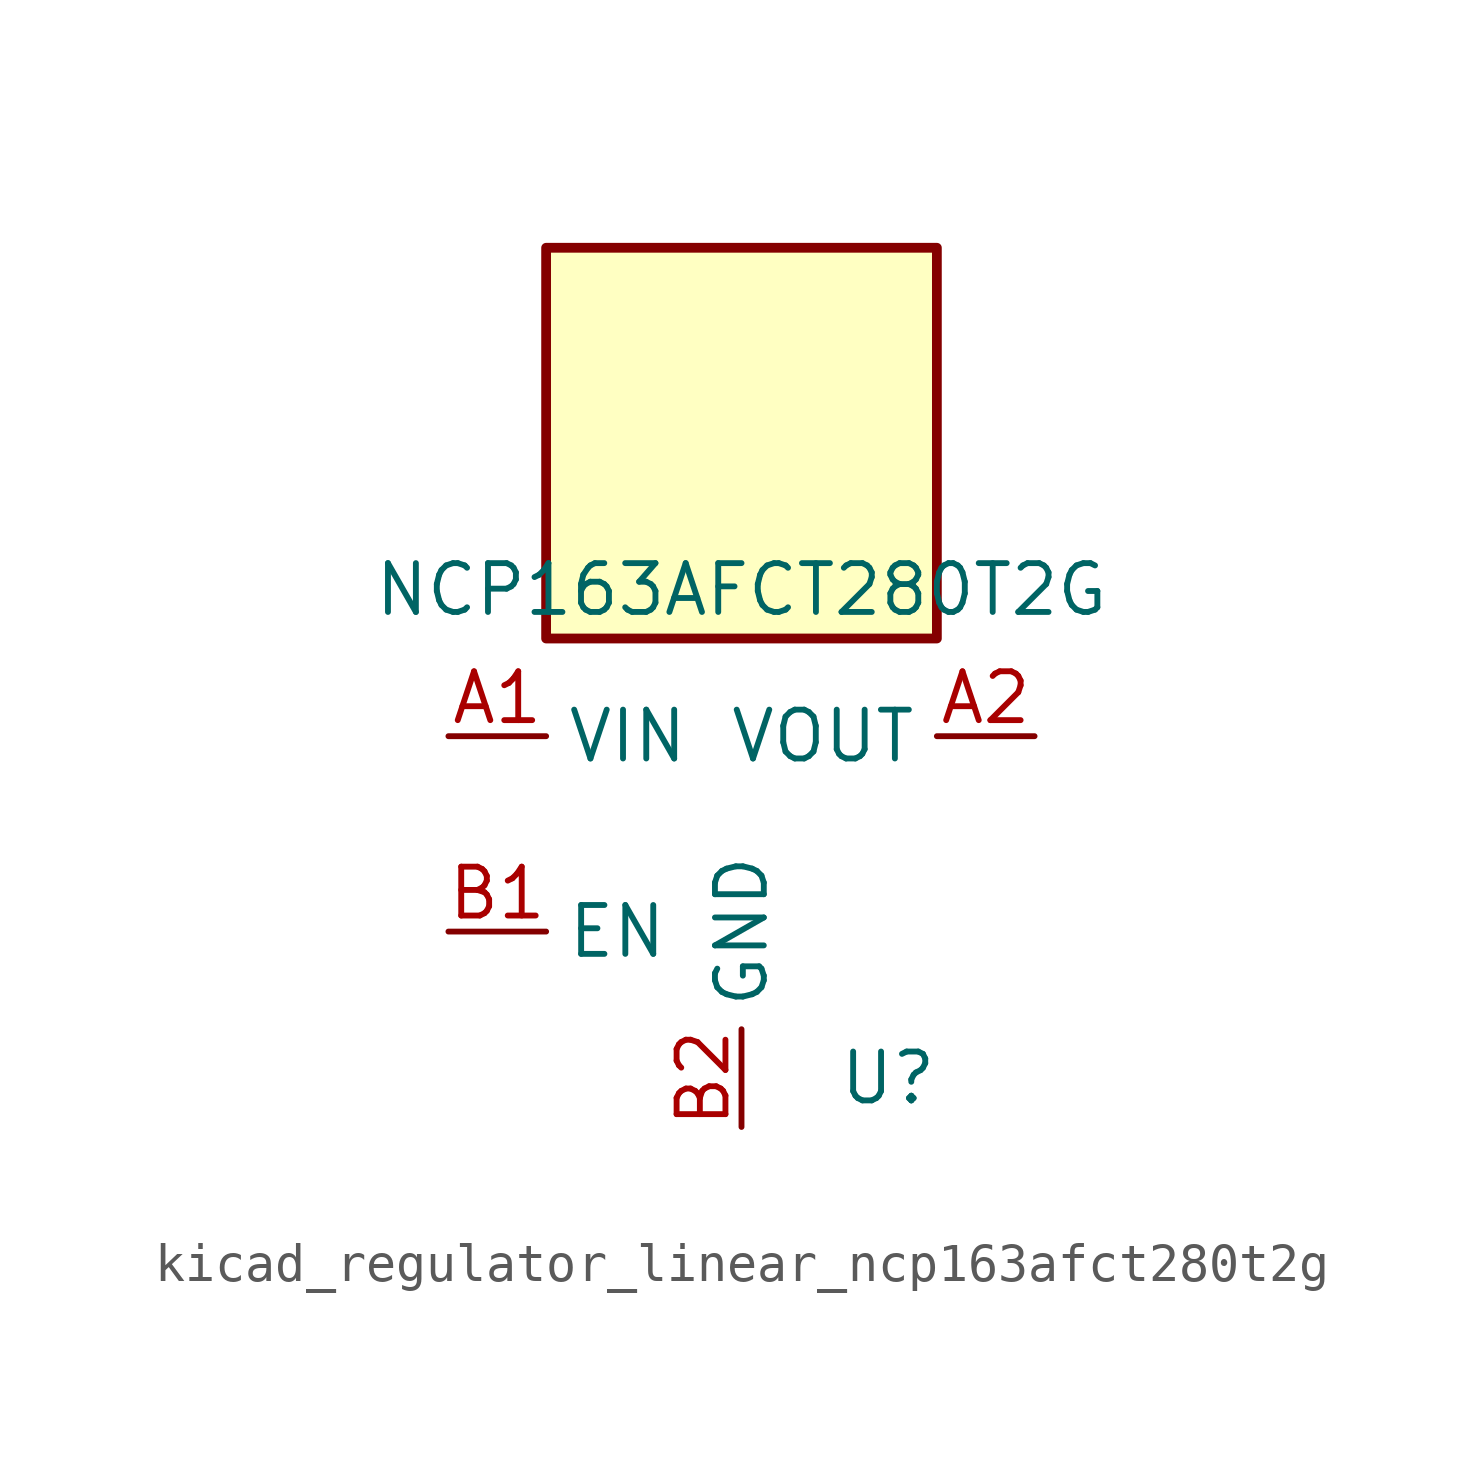
<source format=kicad_sym>
(kicad_symbol_lib
  (version 20220914)
  (generator kicad_symbol_editor)
  (symbol "kicad_regulator_linear_ncp163afct280t2g"
    (property "Reference" "U"
      (at 3.81 -6.35 0)
      (effects (font (size 1.27 1.27))))
    (property "Value" "NCP163AFCT280T2G"
      (at 0 6.35 0)
      (effects (font (size 1.27 1.27))))
    (symbol "kicad_regulator_linear_ncp163afct280t2g_0_1"
      (rectangle (start 5.08 15.24) (end -5.08 5.08) (stroke (width 0.254) (type default)) (fill (type background))))
    (symbol "kicad_regulator_linear_ncp163afct280t2g_1_1"
      (pin power_in line (at -7.62 2.54 0) (length 2.54) (name "VIN" (effects (font (size 1.27 1.27)))) (number "A1" (effects (font (size 1.27 1.27)))))
      (pin power_out line (at 7.62 2.54 180) (length 2.54) (name "VOUT" (effects (font (size 1.27 1.27)))) (number "A2" (effects (font (size 1.27 1.27)))))
      (pin input line (at -7.62 -2.54 0) (length 2.54) (name "EN" (effects (font (size 1.27 1.27)))) (number "B1" (effects (font (size 1.27 1.27)))))
      (pin power_in line (at 0 -7.62 90) (length 2.54) (name "GND" (effects (font (size 1.27 1.27)))) (number "B2" (effects (font (size 1.27 1.27))))))))
</source>
